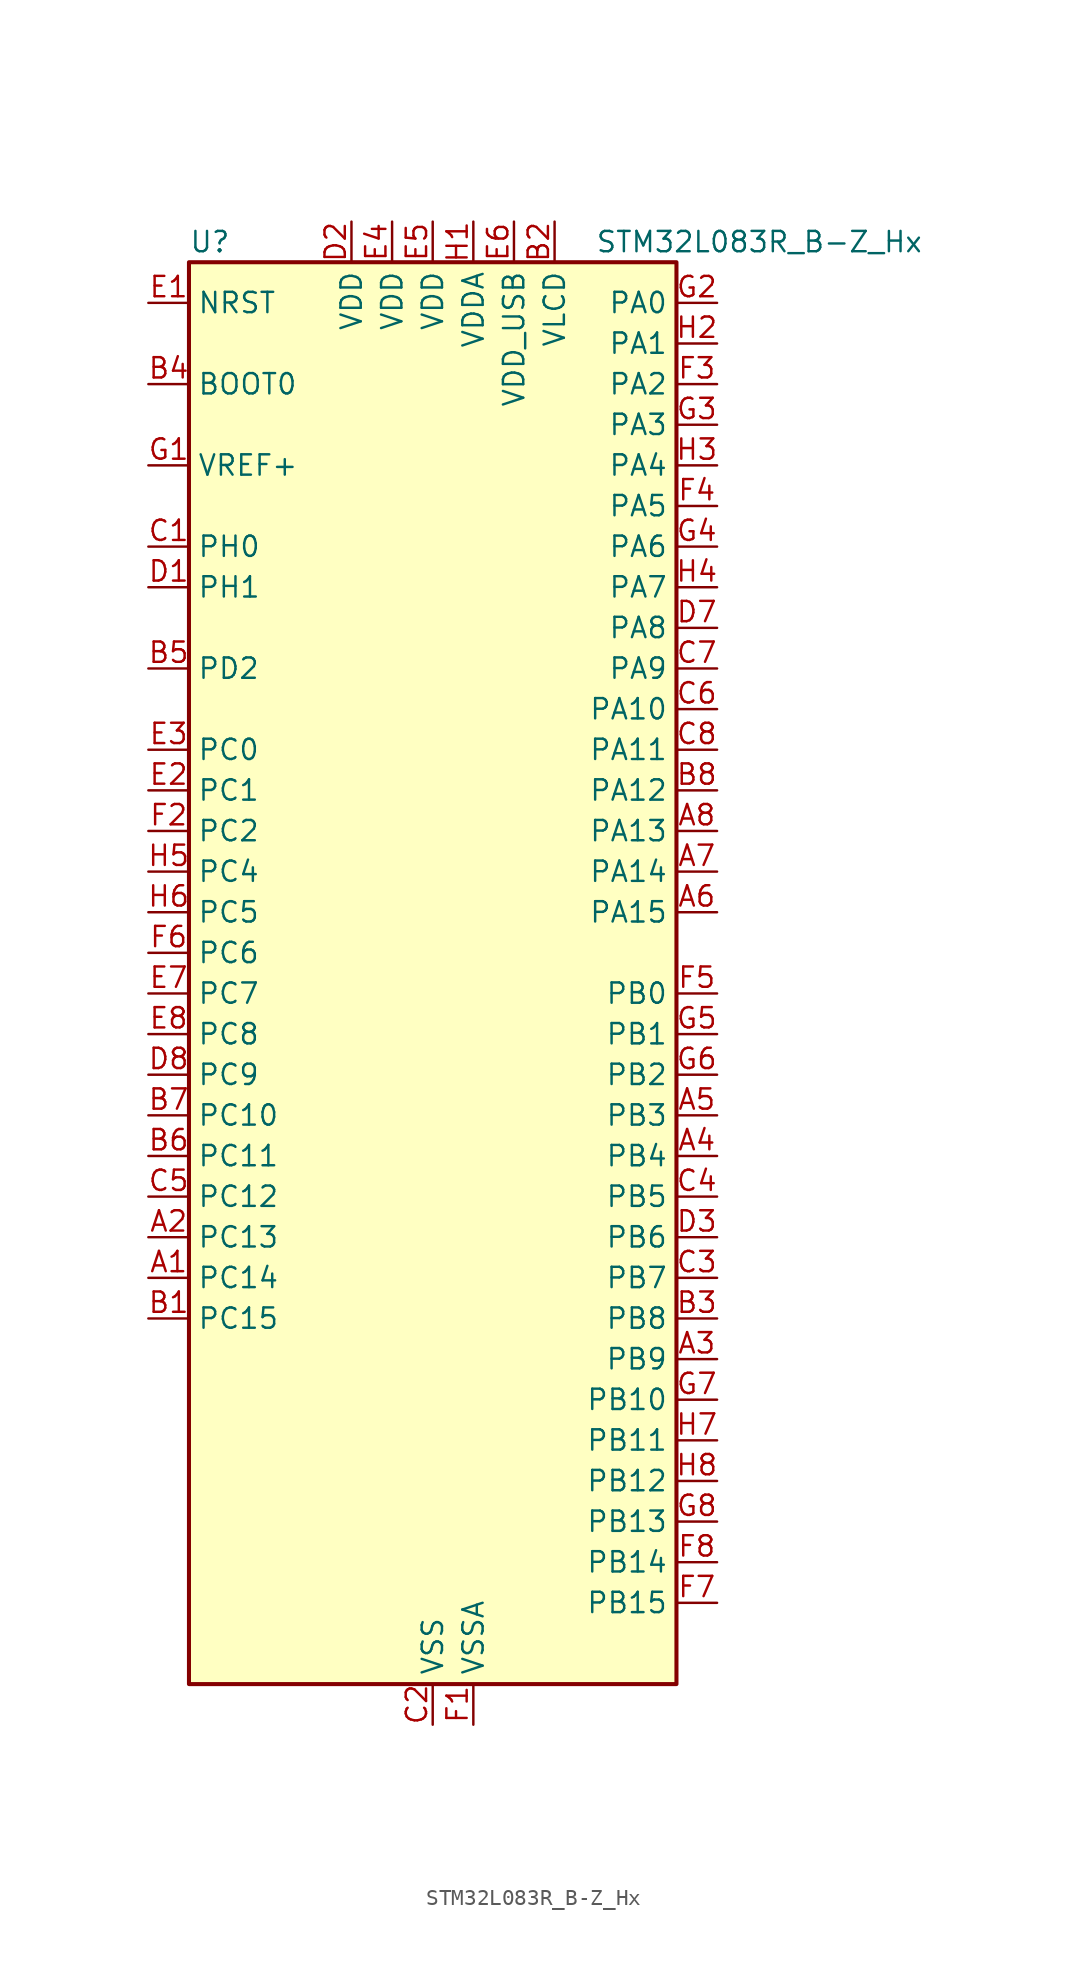
<source format=kicad_sym>
(kicad_symbol_lib
  (version 20220914)
  (generator kicad_symbol_editor)
  (symbol "STM32L083R_B-Z_Hx"
    (property "Reference" "U"
      (at -15.24 46.99 0)
      (effects (font (size 1.27 1.27)) (justify left)))
    (property "Value" "STM32L083R_B-Z_Hx"
      (at 10.16 46.99 0)
      (effects (font (size 1.27 1.27)) (justify left)))
    (property "ki_locked" ""
      (at 0 0 0)
      (effects (font (size 1.27 1.27))))
    (symbol "STM32L083R_B-Z_Hx_0_1"
      (rectangle (start -15.24 -43.18) (end 15.24 45.72) (stroke (width 0.254) (type default)) (fill (type background))))
    (symbol "STM32L083R_B-Z_Hx_1_1"
      (pin bidirectional line (at -17.78 -17.78 0) (length 2.54) (name "PC14" (effects (font (size 1.27 1.27)))) (number "A1" (effects (font (size 1.27 1.27)))) (alternate "RCC_OSC32_IN" bidirectional line))
      (pin bidirectional line (at -17.78 -15.24 0) (length 2.54) (name "PC13" (effects (font (size 1.27 1.27)))) (number "A2" (effects (font (size 1.27 1.27)))) (alternate "RTC_OUT_ALARM" bidirectional line) (alternate "RTC_OUT_CALIB" bidirectional line) (alternate "RTC_TAMP1" bidirectional line) (alternate "RTC_TS" bidirectional line) (alternate "SYS_WKUP2" bidirectional line))
      (pin bidirectional line (at 17.78 -22.86 180) (length 2.54) (name "PB9" (effects (font (size 1.27 1.27)))) (number "A3" (effects (font (size 1.27 1.27)))) (alternate "DAC_EXTI9" bidirectional line) (alternate "I2C1_SDA" bidirectional line) (alternate "I2S2_WS" bidirectional line) (alternate "LCD_COM3" bidirectional line) (alternate "SPI2_NSS" bidirectional line))
      (pin bidirectional line (at 17.78 -10.16 180) (length 2.54) (name "PB4" (effects (font (size 1.27 1.27)))) (number "A4" (effects (font (size 1.27 1.27)))) (alternate "COMP2_INP" bidirectional line) (alternate "I2C3_SDA" bidirectional line) (alternate "LCD_SEG8" bidirectional line) (alternate "SPI1_MISO" bidirectional line) (alternate "TIM22_CH1" bidirectional line) (alternate "TIM3_CH1" bidirectional line) (alternate "TSC_G5_IO2" bidirectional line) (alternate "USART1_CTS" bidirectional line) (alternate "USART5_RX" bidirectional line))
      (pin bidirectional line (at 17.78 -7.62 180) (length 2.54) (name "PB3" (effects (font (size 1.27 1.27)))) (number "A5" (effects (font (size 1.27 1.27)))) (alternate "COMP2_INM" bidirectional line) (alternate "LCD_SEG7" bidirectional line) (alternate "SPI1_SCK" bidirectional line) (alternate "TIM2_CH2" bidirectional line) (alternate "TSC_G5_IO1" bidirectional line) (alternate "USART1_DE" bidirectional line) (alternate "USART1_RTS" bidirectional line) (alternate "USART5_TX" bidirectional line))
      (pin bidirectional line (at 17.78 5.08 180) (length 2.54) (name "PA15" (effects (font (size 1.27 1.27)))) (number "A6" (effects (font (size 1.27 1.27)))) (alternate "LCD_SEG17" bidirectional line) (alternate "SPI1_NSS" bidirectional line) (alternate "TIM2_CH1" bidirectional line) (alternate "TIM2_ETR" bidirectional line) (alternate "USART2_RX" bidirectional line) (alternate "USART4_DE" bidirectional line) (alternate "USART4_RTS" bidirectional line))
      (pin bidirectional line (at 17.78 7.62 180) (length 2.54) (name "PA14" (effects (font (size 1.27 1.27)))) (number "A7" (effects (font (size 1.27 1.27)))) (alternate "LPUART1_TX" bidirectional line) (alternate "SYS_SWCLK" bidirectional line) (alternate "USART2_TX" bidirectional line))
      (pin bidirectional line (at 17.78 10.16 180) (length 2.54) (name "PA13" (effects (font (size 1.27 1.27)))) (number "A8" (effects (font (size 1.27 1.27)))) (alternate "LPUART1_RX" bidirectional line) (alternate "SYS_SWDIO" bidirectional line) (alternate "USB_NOE" bidirectional line))
      (pin bidirectional line (at -17.78 -20.32 0) (length 2.54) (name "PC15" (effects (font (size 1.27 1.27)))) (number "B1" (effects (font (size 1.27 1.27)))) (alternate "RCC_OSC32_OUT" bidirectional line))
      (pin power_in line (at 7.62 48.26 270) (length 2.54) (name "VLCD" (effects (font (size 1.27 1.27)))) (number "B2" (effects (font (size 1.27 1.27)))))
      (pin bidirectional line (at 17.78 -20.32 180) (length 2.54) (name "PB8" (effects (font (size 1.27 1.27)))) (number "B3" (effects (font (size 1.27 1.27)))) (alternate "I2C1_SCL" bidirectional line) (alternate "LCD_SEG16" bidirectional line) (alternate "TSC_SYNC" bidirectional line))
      (pin input line (at -17.78 38.1 0) (length 2.54) (name "BOOT0" (effects (font (size 1.27 1.27)))) (number "B4" (effects (font (size 1.27 1.27)))))
      (pin bidirectional line (at -17.78 20.32 0) (length 2.54) (name "PD2" (effects (font (size 1.27 1.27)))) (number "B5" (effects (font (size 1.27 1.27)))) (alternate "LCD_COM7" bidirectional line) (alternate "LCD_SEG31" bidirectional line) (alternate "LPUART1_DE" bidirectional line) (alternate "LPUART1_RTS" bidirectional line) (alternate "TIM3_ETR" bidirectional line) (alternate "USART5_RX" bidirectional line))
      (pin bidirectional line (at -17.78 -10.16 0) (length 2.54) (name "PC11" (effects (font (size 1.27 1.27)))) (number "B6" (effects (font (size 1.27 1.27)))) (alternate "ADC_EXTI11" bidirectional line) (alternate "LCD_COM5" bidirectional line) (alternate "LCD_SEG29" bidirectional line) (alternate "LPUART1_RX" bidirectional line) (alternate "USART4_RX" bidirectional line))
      (pin bidirectional line (at -17.78 -7.62 0) (length 2.54) (name "PC10" (effects (font (size 1.27 1.27)))) (number "B7" (effects (font (size 1.27 1.27)))) (alternate "LCD_COM4" bidirectional line) (alternate "LCD_SEG28" bidirectional line) (alternate "LPUART1_TX" bidirectional line) (alternate "USART4_TX" bidirectional line))
      (pin bidirectional line (at 17.78 12.7 180) (length 2.54) (name "PA12" (effects (font (size 1.27 1.27)))) (number "B8" (effects (font (size 1.27 1.27)))) (alternate "COMP2_OUT" bidirectional line) (alternate "SPI1_MOSI" bidirectional line) (alternate "TSC_G4_IO4" bidirectional line) (alternate "USART1_DE" bidirectional line) (alternate "USART1_RTS" bidirectional line) (alternate "USB_DP" bidirectional line))
      (pin bidirectional line (at -17.78 27.94 0) (length 2.54) (name "PH0" (effects (font (size 1.27 1.27)))) (number "C1" (effects (font (size 1.27 1.27)))) (alternate "CRS_SYNC" bidirectional line) (alternate "RCC_OSC_IN" bidirectional line))
      (pin power_in line (at 0 -45.72 90) (length 2.54) (name "VSS" (effects (font (size 1.27 1.27)))) (number "C2" (effects (font (size 1.27 1.27)))))
      (pin bidirectional line (at 17.78 -17.78 180) (length 2.54) (name "PB7" (effects (font (size 1.27 1.27)))) (number "C3" (effects (font (size 1.27 1.27)))) (alternate "COMP2_INP" bidirectional line) (alternate "I2C1_SDA" bidirectional line) (alternate "LPTIM1_IN2" bidirectional line) (alternate "SYS_PVD_IN" bidirectional line) (alternate "TSC_G5_IO4" bidirectional line) (alternate "USART1_RX" bidirectional line) (alternate "USART4_CTS" bidirectional line))
      (pin bidirectional line (at 17.78 -12.7 180) (length 2.54) (name "PB5" (effects (font (size 1.27 1.27)))) (number "C4" (effects (font (size 1.27 1.27)))) (alternate "COMP2_INP" bidirectional line) (alternate "I2C1_SMBA" bidirectional line) (alternate "LCD_SEG9" bidirectional line) (alternate "LPTIM1_IN1" bidirectional line) (alternate "SPI1_MOSI" bidirectional line) (alternate "TIM22_CH2" bidirectional line) (alternate "TIM3_CH2" bidirectional line) (alternate "USART1_CK" bidirectional line) (alternate "USART5_CK" bidirectional line) (alternate "USART5_DE" bidirectional line) (alternate "USART5_RTS" bidirectional line))
      (pin bidirectional line (at -17.78 -12.7 0) (length 2.54) (name "PC12" (effects (font (size 1.27 1.27)))) (number "C5" (effects (font (size 1.27 1.27)))) (alternate "LCD_COM6" bidirectional line) (alternate "LCD_SEG30" bidirectional line) (alternate "USART4_CK" bidirectional line) (alternate "USART5_TX" bidirectional line))
      (pin bidirectional line (at 17.78 17.78 180) (length 2.54) (name "PA10" (effects (font (size 1.27 1.27)))) (number "C6" (effects (font (size 1.27 1.27)))) (alternate "I2C1_SDA" bidirectional line) (alternate "LCD_COM2" bidirectional line) (alternate "TSC_G4_IO2" bidirectional line) (alternate "USART1_RX" bidirectional line))
      (pin bidirectional line (at 17.78 20.32 180) (length 2.54) (name "PA9" (effects (font (size 1.27 1.27)))) (number "C7" (effects (font (size 1.27 1.27)))) (alternate "DAC_EXTI9" bidirectional line) (alternate "I2C1_SCL" bidirectional line) (alternate "I2C3_SMBA" bidirectional line) (alternate "LCD_COM1" bidirectional line) (alternate "RCC_MCO" bidirectional line) (alternate "TSC_G4_IO1" bidirectional line) (alternate "USART1_TX" bidirectional line))
      (pin bidirectional line (at 17.78 15.24 180) (length 2.54) (name "PA11" (effects (font (size 1.27 1.27)))) (number "C8" (effects (font (size 1.27 1.27)))) (alternate "ADC_EXTI11" bidirectional line) (alternate "COMP1_OUT" bidirectional line) (alternate "SPI1_MISO" bidirectional line) (alternate "TSC_G4_IO3" bidirectional line) (alternate "USART1_CTS" bidirectional line) (alternate "USB_DM" bidirectional line))
      (pin bidirectional line (at -17.78 25.4 0) (length 2.54) (name "PH1" (effects (font (size 1.27 1.27)))) (number "D1" (effects (font (size 1.27 1.27)))) (alternate "RCC_OSC_OUT" bidirectional line))
      (pin power_in line (at -5.08 48.26 270) (length 2.54) (name "VDD" (effects (font (size 1.27 1.27)))) (number "D2" (effects (font (size 1.27 1.27)))))
      (pin bidirectional line (at 17.78 -15.24 180) (length 2.54) (name "PB6" (effects (font (size 1.27 1.27)))) (number "D3" (effects (font (size 1.27 1.27)))) (alternate "COMP2_INP" bidirectional line) (alternate "I2C1_SCL" bidirectional line) (alternate "LPTIM1_ETR" bidirectional line) (alternate "TSC_G5_IO3" bidirectional line) (alternate "USART1_TX" bidirectional line))
      (pin passive line (at 0 -45.72 90) (length 2.54) hide (name "VSS" (effects (font (size 1.27 1.27)))) (number "D4" (effects (font (size 1.27 1.27)))))
      (pin passive line (at 0 -45.72 90) (length 2.54) hide (name "VSS" (effects (font (size 1.27 1.27)))) (number "D5" (effects (font (size 1.27 1.27)))))
      (pin passive line (at 0 -45.72 90) (length 2.54) hide (name "VSS" (effects (font (size 1.27 1.27)))) (number "D6" (effects (font (size 1.27 1.27)))))
      (pin bidirectional line (at 17.78 22.86 180) (length 2.54) (name "PA8" (effects (font (size 1.27 1.27)))) (number "D7" (effects (font (size 1.27 1.27)))) (alternate "CRS_SYNC" bidirectional line) (alternate "I2C3_SCL" bidirectional line) (alternate "LCD_COM0" bidirectional line) (alternate "RCC_MCO" bidirectional line) (alternate "USART1_CK" bidirectional line))
      (pin bidirectional line (at -17.78 -5.08 0) (length 2.54) (name "PC9" (effects (font (size 1.27 1.27)))) (number "D8" (effects (font (size 1.27 1.27)))) (alternate "DAC_EXTI9" bidirectional line) (alternate "I2C3_SDA" bidirectional line) (alternate "LCD_SEG27" bidirectional line) (alternate "TIM21_ETR" bidirectional line) (alternate "TIM3_CH4" bidirectional line) (alternate "TSC_G8_IO4" bidirectional line) (alternate "USB_NOE" bidirectional line))
      (pin input line (at -17.78 43.18 0) (length 2.54) (name "NRST" (effects (font (size 1.27 1.27)))) (number "E1" (effects (font (size 1.27 1.27)))))
      (pin bidirectional line (at -17.78 12.7 0) (length 2.54) (name "PC1" (effects (font (size 1.27 1.27)))) (number "E2" (effects (font (size 1.27 1.27)))) (alternate "ADC_IN11" bidirectional line) (alternate "I2C3_SDA" bidirectional line) (alternate "LCD_SEG19" bidirectional line) (alternate "LPTIM1_OUT" bidirectional line) (alternate "LPUART1_TX" bidirectional line) (alternate "TSC_G7_IO2" bidirectional line))
      (pin bidirectional line (at -17.78 15.24 0) (length 2.54) (name "PC0" (effects (font (size 1.27 1.27)))) (number "E3" (effects (font (size 1.27 1.27)))) (alternate "ADC_IN10" bidirectional line) (alternate "I2C3_SCL" bidirectional line) (alternate "LCD_SEG18" bidirectional line) (alternate "LPTIM1_IN1" bidirectional line) (alternate "LPUART1_RX" bidirectional line) (alternate "TSC_G7_IO1" bidirectional line))
      (pin power_in line (at -2.54 48.26 270) (length 2.54) (name "VDD" (effects (font (size 1.27 1.27)))) (number "E4" (effects (font (size 1.27 1.27)))))
      (pin power_in line (at 0 48.26 270) (length 2.54) (name "VDD" (effects (font (size 1.27 1.27)))) (number "E5" (effects (font (size 1.27 1.27)))))
      (pin power_in line (at 5.08 48.26 270) (length 2.54) (name "VDD_USB" (effects (font (size 1.27 1.27)))) (number "E6" (effects (font (size 1.27 1.27)))))
      (pin bidirectional line (at -17.78 0 0) (length 2.54) (name "PC7" (effects (font (size 1.27 1.27)))) (number "E7" (effects (font (size 1.27 1.27)))) (alternate "LCD_SEG25" bidirectional line) (alternate "TIM22_CH2" bidirectional line) (alternate "TIM3_CH2" bidirectional line) (alternate "TSC_G8_IO2" bidirectional line))
      (pin bidirectional line (at -17.78 -2.54 0) (length 2.54) (name "PC8" (effects (font (size 1.27 1.27)))) (number "E8" (effects (font (size 1.27 1.27)))) (alternate "LCD_SEG26" bidirectional line) (alternate "TIM22_ETR" bidirectional line) (alternate "TIM3_CH3" bidirectional line) (alternate "TSC_G8_IO3" bidirectional line))
      (pin power_in line (at 2.54 -45.72 90) (length 2.54) (name "VSSA" (effects (font (size 1.27 1.27)))) (number "F1" (effects (font (size 1.27 1.27)))))
      (pin bidirectional line (at -17.78 10.16 0) (length 2.54) (name "PC2" (effects (font (size 1.27 1.27)))) (number "F2" (effects (font (size 1.27 1.27)))) (alternate "ADC_IN12" bidirectional line) (alternate "I2S2_MCK" bidirectional line) (alternate "LCD_SEG20" bidirectional line) (alternate "LPTIM1_IN2" bidirectional line) (alternate "SPI2_MISO" bidirectional line) (alternate "TSC_G7_IO3" bidirectional line))
      (pin bidirectional line (at 17.78 38.1 180) (length 2.54) (name "PA2" (effects (font (size 1.27 1.27)))) (number "F3" (effects (font (size 1.27 1.27)))) (alternate "ADC_IN2" bidirectional line) (alternate "COMP2_INM" bidirectional line) (alternate "COMP2_OUT" bidirectional line) (alternate "LCD_SEG1" bidirectional line) (alternate "LPUART1_TX" bidirectional line) (alternate "TIM21_CH1" bidirectional line) (alternate "TIM2_CH3" bidirectional line) (alternate "TSC_G1_IO3" bidirectional line) (alternate "USART2_TX" bidirectional line))
      (pin bidirectional line (at 17.78 30.48 180) (length 2.54) (name "PA5" (effects (font (size 1.27 1.27)))) (number "F4" (effects (font (size 1.27 1.27)))) (alternate "ADC_IN5" bidirectional line) (alternate "COMP1_INM" bidirectional line) (alternate "COMP2_INM" bidirectional line) (alternate "DAC_OUT2" bidirectional line) (alternate "SPI1_SCK" bidirectional line) (alternate "TIM2_CH1" bidirectional line) (alternate "TIM2_ETR" bidirectional line) (alternate "TSC_G2_IO2" bidirectional line))
      (pin bidirectional line (at 17.78 0 180) (length 2.54) (name "PB0" (effects (font (size 1.27 1.27)))) (number "F5" (effects (font (size 1.27 1.27)))) (alternate "ADC_IN8" bidirectional line) (alternate "LCD_SEG5" bidirectional line) (alternate "LCD_VLCD3" bidirectional line) (alternate "SYS_VREF_OUT_PB0" bidirectional line) (alternate "TIM3_CH3" bidirectional line) (alternate "TSC_G3_IO2" bidirectional line))
      (pin bidirectional line (at -17.78 2.54 0) (length 2.54) (name "PC6" (effects (font (size 1.27 1.27)))) (number "F6" (effects (font (size 1.27 1.27)))) (alternate "LCD_SEG24" bidirectional line) (alternate "TIM22_CH1" bidirectional line) (alternate "TIM3_CH1" bidirectional line) (alternate "TSC_G8_IO1" bidirectional line))
      (pin bidirectional line (at 17.78 -38.1 180) (length 2.54) (name "PB15" (effects (font (size 1.27 1.27)))) (number "F7" (effects (font (size 1.27 1.27)))) (alternate "I2S2_SD" bidirectional line) (alternate "LCD_SEG15" bidirectional line) (alternate "RTC_REFIN" bidirectional line) (alternate "SPI2_MOSI" bidirectional line))
      (pin bidirectional line (at 17.78 -35.56 180) (length 2.54) (name "PB14" (effects (font (size 1.27 1.27)))) (number "F8" (effects (font (size 1.27 1.27)))) (alternate "I2C2_SDA" bidirectional line) (alternate "I2S2_MCK" bidirectional line) (alternate "LCD_SEG14" bidirectional line) (alternate "LPUART1_DE" bidirectional line) (alternate "LPUART1_RTS" bidirectional line) (alternate "RTC_OUT_ALARM" bidirectional line) (alternate "RTC_OUT_CALIB" bidirectional line) (alternate "SPI2_MISO" bidirectional line) (alternate "TIM21_CH2" bidirectional line) (alternate "TSC_G6_IO4" bidirectional line))
      (pin input line (at -17.78 33.02 0) (length 2.54) (name "VREF+" (effects (font (size 1.27 1.27)))) (number "G1" (effects (font (size 1.27 1.27)))))
      (pin bidirectional line (at 17.78 43.18 180) (length 2.54) (name "PA0" (effects (font (size 1.27 1.27)))) (number "G2" (effects (font (size 1.27 1.27)))) (alternate "ADC_IN0" bidirectional line) (alternate "COMP1_INM" bidirectional line) (alternate "COMP1_OUT" bidirectional line) (alternate "RTC_TAMP2" bidirectional line) (alternate "SYS_WKUP1" bidirectional line) (alternate "TIM2_CH1" bidirectional line) (alternate "TIM2_ETR" bidirectional line) (alternate "TSC_G1_IO1" bidirectional line) (alternate "USART2_CTS" bidirectional line) (alternate "USART4_TX" bidirectional line))
      (pin bidirectional line (at 17.78 35.56 180) (length 2.54) (name "PA3" (effects (font (size 1.27 1.27)))) (number "G3" (effects (font (size 1.27 1.27)))) (alternate "ADC_IN3" bidirectional line) (alternate "COMP2_INP" bidirectional line) (alternate "LCD_SEG2" bidirectional line) (alternate "LPUART1_RX" bidirectional line) (alternate "TIM21_CH2" bidirectional line) (alternate "TIM2_CH4" bidirectional line) (alternate "TSC_G1_IO4" bidirectional line) (alternate "USART2_RX" bidirectional line))
      (pin bidirectional line (at 17.78 27.94 180) (length 2.54) (name "PA6" (effects (font (size 1.27 1.27)))) (number "G4" (effects (font (size 1.27 1.27)))) (alternate "ADC_IN6" bidirectional line) (alternate "COMP1_OUT" bidirectional line) (alternate "LCD_SEG3" bidirectional line) (alternate "LPUART1_CTS" bidirectional line) (alternate "SPI1_MISO" bidirectional line) (alternate "TIM22_CH1" bidirectional line) (alternate "TIM3_CH1" bidirectional line) (alternate "TSC_G2_IO3" bidirectional line))
      (pin bidirectional line (at 17.78 -2.54 180) (length 2.54) (name "PB1" (effects (font (size 1.27 1.27)))) (number "G5" (effects (font (size 1.27 1.27)))) (alternate "ADC_IN9" bidirectional line) (alternate "LCD_SEG6" bidirectional line) (alternate "LPUART1_DE" bidirectional line) (alternate "LPUART1_RTS" bidirectional line) (alternate "SYS_VREF_OUT_PB1" bidirectional line) (alternate "TIM3_CH4" bidirectional line) (alternate "TSC_G3_IO3" bidirectional line))
      (pin bidirectional line (at 17.78 -5.08 180) (length 2.54) (name "PB2" (effects (font (size 1.27 1.27)))) (number "G6" (effects (font (size 1.27 1.27)))) (alternate "I2C3_SMBA" bidirectional line) (alternate "LCD_VLCD2" bidirectional line) (alternate "LPTIM1_OUT" bidirectional line) (alternate "TSC_G3_IO4" bidirectional line))
      (pin bidirectional line (at 17.78 -25.4 180) (length 2.54) (name "PB10" (effects (font (size 1.27 1.27)))) (number "G7" (effects (font (size 1.27 1.27)))) (alternate "I2C2_SCL" bidirectional line) (alternate "LCD_SEG10" bidirectional line) (alternate "LPUART1_RX" bidirectional line) (alternate "LPUART1_TX" bidirectional line) (alternate "SPI2_SCK" bidirectional line) (alternate "TIM2_CH3" bidirectional line) (alternate "TSC_SYNC" bidirectional line))
      (pin bidirectional line (at 17.78 -33.02 180) (length 2.54) (name "PB13" (effects (font (size 1.27 1.27)))) (number "G8" (effects (font (size 1.27 1.27)))) (alternate "I2C2_SCL" bidirectional line) (alternate "I2S2_CK" bidirectional line) (alternate "LCD_SEG13" bidirectional line) (alternate "LPUART1_CTS" bidirectional line) (alternate "RCC_MCO" bidirectional line) (alternate "SPI2_SCK" bidirectional line) (alternate "TIM21_CH1" bidirectional line) (alternate "TSC_G6_IO3" bidirectional line))
      (pin power_in line (at 2.54 48.26 270) (length 2.54) (name "VDDA" (effects (font (size 1.27 1.27)))) (number "H1" (effects (font (size 1.27 1.27)))))
      (pin bidirectional line (at 17.78 40.64 180) (length 2.54) (name "PA1" (effects (font (size 1.27 1.27)))) (number "H2" (effects (font (size 1.27 1.27)))) (alternate "ADC_IN1" bidirectional line) (alternate "COMP1_INP" bidirectional line) (alternate "LCD_SEG0" bidirectional line) (alternate "TIM21_ETR" bidirectional line) (alternate "TIM2_CH2" bidirectional line) (alternate "TSC_G1_IO2" bidirectional line) (alternate "USART2_DE" bidirectional line) (alternate "USART2_RTS" bidirectional line) (alternate "USART4_RX" bidirectional line))
      (pin bidirectional line (at 17.78 33.02 180) (length 2.54) (name "PA4" (effects (font (size 1.27 1.27)))) (number "H3" (effects (font (size 1.27 1.27)))) (alternate "ADC_IN4" bidirectional line) (alternate "COMP1_INM" bidirectional line) (alternate "COMP2_INM" bidirectional line) (alternate "DAC_OUT1" bidirectional line) (alternate "SPI1_NSS" bidirectional line) (alternate "TIM22_ETR" bidirectional line) (alternate "TSC_G2_IO1" bidirectional line) (alternate "USART2_CK" bidirectional line))
      (pin bidirectional line (at 17.78 25.4 180) (length 2.54) (name "PA7" (effects (font (size 1.27 1.27)))) (number "H4" (effects (font (size 1.27 1.27)))) (alternate "ADC_IN7" bidirectional line) (alternate "COMP2_OUT" bidirectional line) (alternate "LCD_SEG4" bidirectional line) (alternate "SPI1_MOSI" bidirectional line) (alternate "TIM22_CH2" bidirectional line) (alternate "TIM3_CH2" bidirectional line) (alternate "TSC_G2_IO4" bidirectional line))
      (pin bidirectional line (at -17.78 7.62 0) (length 2.54) (name "PC4" (effects (font (size 1.27 1.27)))) (number "H5" (effects (font (size 1.27 1.27)))) (alternate "ADC_IN14" bidirectional line) (alternate "LCD_SEG22" bidirectional line) (alternate "LPUART1_TX" bidirectional line))
      (pin bidirectional line (at -17.78 5.08 0) (length 2.54) (name "PC5" (effects (font (size 1.27 1.27)))) (number "H6" (effects (font (size 1.27 1.27)))) (alternate "ADC_IN15" bidirectional line) (alternate "LCD_SEG23" bidirectional line) (alternate "LPUART1_RX" bidirectional line) (alternate "TSC_G3_IO1" bidirectional line))
      (pin bidirectional line (at 17.78 -27.94 180) (length 2.54) (name "PB11" (effects (font (size 1.27 1.27)))) (number "H7" (effects (font (size 1.27 1.27)))) (alternate "ADC_EXTI11" bidirectional line) (alternate "I2C2_SDA" bidirectional line) (alternate "LCD_SEG11" bidirectional line) (alternate "LPUART1_RX" bidirectional line) (alternate "LPUART1_TX" bidirectional line) (alternate "TIM2_CH4" bidirectional line) (alternate "TSC_G6_IO1" bidirectional line))
      (pin bidirectional line (at 17.78 -30.48 180) (length 2.54) (name "PB12" (effects (font (size 1.27 1.27)))) (number "H8" (effects (font (size 1.27 1.27)))) (alternate "I2S2_WS" bidirectional line) (alternate "LCD_SEG12" bidirectional line) (alternate "LCD_VLCD2" bidirectional line) (alternate "LPUART1_DE" bidirectional line) (alternate "LPUART1_RTS" bidirectional line) (alternate "SPI2_NSS" bidirectional line) (alternate "TSC_G6_IO2" bidirectional line)))))
</source>
